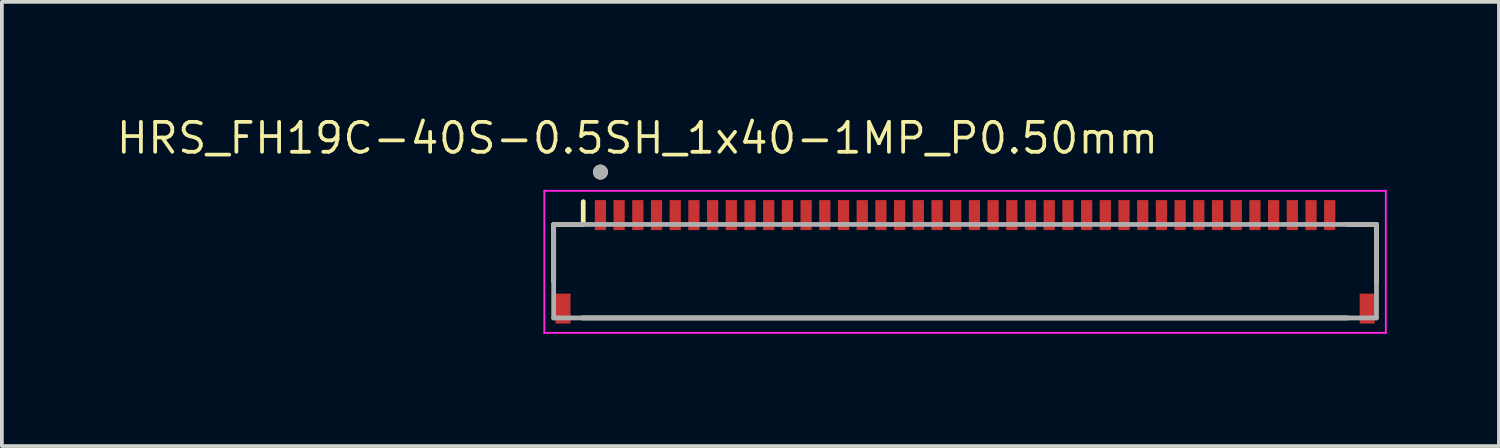
<source format=kicad_pcb>
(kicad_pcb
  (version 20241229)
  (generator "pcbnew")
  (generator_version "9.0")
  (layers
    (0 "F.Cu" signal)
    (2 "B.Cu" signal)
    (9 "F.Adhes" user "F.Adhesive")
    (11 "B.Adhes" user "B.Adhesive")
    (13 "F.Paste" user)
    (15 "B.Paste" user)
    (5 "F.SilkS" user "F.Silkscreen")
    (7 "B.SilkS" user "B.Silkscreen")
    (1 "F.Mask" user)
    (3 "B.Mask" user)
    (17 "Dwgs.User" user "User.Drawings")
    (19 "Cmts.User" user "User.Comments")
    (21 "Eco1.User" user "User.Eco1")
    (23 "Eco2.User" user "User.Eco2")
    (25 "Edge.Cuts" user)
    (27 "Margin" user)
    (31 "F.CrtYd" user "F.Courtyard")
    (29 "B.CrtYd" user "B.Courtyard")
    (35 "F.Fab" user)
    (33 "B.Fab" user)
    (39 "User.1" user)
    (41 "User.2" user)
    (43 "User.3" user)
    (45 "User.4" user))
  (footprint "HRS_FH19C-40S-0.5SH_1x40-1MP_P0.50mm"
    (layer "F.Cu")
    (at 22.754 3.951)
    (property "Reference" "HRS_FH19C-40S-0.5SH_1x40-1MP_P0.50mm" (at -8.76 -3.308 0) (layer "F.SilkS") (effects (font (size 0.8 0.8) (thickness 0.1))))
    (attr through_hole)
    (fp_line (start -11 -1) (end -11 0.53) (stroke (width 0.127) (type solid)) (layer "F.SilkS"))
    (fp_line (start -10.23 1.5) (end 10.23 1.5) (stroke (width 0.127) (type solid)) (layer "F.SilkS"))
    (fp_line (start -10.21 -1) (end -11 -1) (stroke (width 0.127) (type solid)) (layer "F.SilkS"))
    (fp_line (start -10.21 -1) (end -10.21 -1.61) (stroke (width 0.127) (type solid)) (layer "F.SilkS"))
    (fp_line (start 10.21 -1) (end 11 -1) (stroke (width 0.127) (type solid)) (layer "F.SilkS"))
    (fp_line (start 11 -1) (end 11 0.53) (stroke (width 0.127) (type solid)) (layer "F.SilkS"))
    (fp_circle (center -9.75 -2.4) (end -9.65 -2.4) (stroke (width 0.2) (type solid)) (fill no) (layer "F.SilkS"))
    (fp_poly (pts (xy -9.875 -1.65) (xy -9.625 -1.65) (xy -9.625 -0.85) (xy -9.875 -0.85)) (stroke (width 0.01) (type solid)) (fill yes) (layer "F.Paste"))
    (fp_poly (pts (xy -9.375 -1.65) (xy -9.125 -1.65) (xy -9.125 -0.85) (xy -9.375 -0.85)) (stroke (width 0.01) (type solid)) (fill yes) (layer "F.Paste"))
    (fp_poly (pts (xy -8.875 -1.65) (xy -8.625 -1.65) (xy -8.625 -0.85) (xy -8.875 -0.85)) (stroke (width 0.01) (type solid)) (fill yes) (layer "F.Paste"))
    (fp_poly (pts (xy -8.375 -1.65) (xy -8.125 -1.65) (xy -8.125 -0.85) (xy -8.375 -0.85)) (stroke (width 0.01) (type solid)) (fill yes) (layer "F.Paste"))
    (fp_poly (pts (xy -7.875 -1.65) (xy -7.625 -1.65) (xy -7.625 -0.85) (xy -7.875 -0.85)) (stroke (width 0.01) (type solid)) (fill yes) (layer "F.Paste"))
    (fp_poly (pts (xy -7.375 -1.65) (xy -7.125 -1.65) (xy -7.125 -0.85) (xy -7.375 -0.85)) (stroke (width 0.01) (type solid)) (fill yes) (layer "F.Paste"))
    (fp_poly (pts (xy -6.875 -1.65) (xy -6.625 -1.65) (xy -6.625 -0.85) (xy -6.875 -0.85)) (stroke (width 0.01) (type solid)) (fill yes) (layer "F.Paste"))
    (fp_poly (pts (xy -6.375 -1.65) (xy -6.125 -1.65) (xy -6.125 -0.85) (xy -6.375 -0.85)) (stroke (width 0.01) (type solid)) (fill yes) (layer "F.Paste"))
    (fp_poly (pts (xy -5.875 -1.65) (xy -5.625 -1.65) (xy -5.625 -0.85) (xy -5.875 -0.85)) (stroke (width 0.01) (type solid)) (fill yes) (layer "F.Paste"))
    (fp_poly (pts (xy -5.375 -1.65) (xy -5.125 -1.65) (xy -5.125 -0.85) (xy -5.375 -0.85)) (stroke (width 0.01) (type solid)) (fill yes) (layer "F.Paste"))
    (fp_poly (pts (xy -4.875 -1.65) (xy -4.625 -1.65) (xy -4.625 -0.85) (xy -4.875 -0.85)) (stroke (width 0.01) (type solid)) (fill yes) (layer "F.Paste"))
    (fp_poly (pts (xy -4.375 -1.65) (xy -4.125 -1.65) (xy -4.125 -0.85) (xy -4.375 -0.85)) (stroke (width 0.01) (type solid)) (fill yes) (layer "F.Paste"))
    (fp_poly (pts (xy -3.875 -1.65) (xy -3.625 -1.65) (xy -3.625 -0.85) (xy -3.875 -0.85)) (stroke (width 0.01) (type solid)) (fill yes) (layer "F.Paste"))
    (fp_poly (pts (xy -3.375 -1.65) (xy -3.125 -1.65) (xy -3.125 -0.85) (xy -3.375 -0.85)) (stroke (width 0.01) (type solid)) (fill yes) (layer "F.Paste"))
    (fp_poly (pts (xy -2.875 -1.65) (xy -2.625 -1.65) (xy -2.625 -0.85) (xy -2.875 -0.85)) (stroke (width 0.01) (type solid)) (fill yes) (layer "F.Paste"))
    (fp_poly (pts (xy -2.375 -1.65) (xy -2.125 -1.65) (xy -2.125 -0.85) (xy -2.375 -0.85)) (stroke (width 0.01) (type solid)) (fill yes) (layer "F.Paste"))
    (fp_poly (pts (xy -1.875 -1.65) (xy -1.625 -1.65) (xy -1.625 -0.85) (xy -1.875 -0.85)) (stroke (width 0.01) (type solid)) (fill yes) (layer "F.Paste"))
    (fp_poly (pts (xy -1.375 -1.65) (xy -1.125 -1.65) (xy -1.125 -0.85) (xy -1.375 -0.85)) (stroke (width 0.01) (type solid)) (fill yes) (layer "F.Paste"))
    (fp_poly (pts (xy -0.875 -1.65) (xy -0.625 -1.65) (xy -0.625 -0.85) (xy -0.875 -0.85)) (stroke (width 0.01) (type solid)) (fill yes) (layer "F.Paste"))
    (fp_poly (pts (xy -0.375 -1.65) (xy -0.125 -1.65) (xy -0.125 -0.85) (xy -0.375 -0.85)) (stroke (width 0.01) (type solid)) (fill yes) (layer "F.Paste"))
    (fp_poly (pts (xy 0.125 -1.65) (xy 0.375 -1.65) (xy 0.375 -0.85) (xy 0.125 -0.85)) (stroke (width 0.01) (type solid)) (fill yes) (layer "F.Paste"))
    (fp_poly (pts (xy 0.625 -1.65) (xy 0.875 -1.65) (xy 0.875 -0.85) (xy 0.625 -0.85)) (stroke (width 0.01) (type solid)) (fill yes) (layer "F.Paste"))
    (fp_poly (pts (xy 1.125 -1.65) (xy 1.375 -1.65) (xy 1.375 -0.85) (xy 1.125 -0.85)) (stroke (width 0.01) (type solid)) (fill yes) (layer "F.Paste"))
    (fp_poly (pts (xy 1.625 -1.65) (xy 1.875 -1.65) (xy 1.875 -0.85) (xy 1.625 -0.85)) (stroke (width 0.01) (type solid)) (fill yes) (layer "F.Paste"))
    (fp_poly (pts (xy 2.125 -1.65) (xy 2.375 -1.65) (xy 2.375 -0.85) (xy 2.125 -0.85)) (stroke (width 0.01) (type solid)) (fill yes) (layer "F.Paste"))
    (fp_poly (pts (xy 2.625 -1.65) (xy 2.875 -1.65) (xy 2.875 -0.85) (xy 2.625 -0.85)) (stroke (width 0.01) (type solid)) (fill yes) (layer "F.Paste"))
    (fp_poly (pts (xy 3.125 -1.65) (xy 3.375 -1.65) (xy 3.375 -0.85) (xy 3.125 -0.85)) (stroke (width 0.01) (type solid)) (fill yes) (layer "F.Paste"))
    (fp_poly (pts (xy 3.625 -1.65) (xy 3.875 -1.65) (xy 3.875 -0.85) (xy 3.625 -0.85)) (stroke (width 0.01) (type solid)) (fill yes) (layer "F.Paste"))
    (fp_poly (pts (xy 4.125 -1.65) (xy 4.375 -1.65) (xy 4.375 -0.85) (xy 4.125 -0.85)) (stroke (width 0.01) (type solid)) (fill yes) (layer "F.Paste"))
    (fp_poly (pts (xy 4.625 -1.65) (xy 4.875 -1.65) (xy 4.875 -0.85) (xy 4.625 -0.85)) (stroke (width 0.01) (type solid)) (fill yes) (layer "F.Paste"))
    (fp_poly (pts (xy 5.125 -1.65) (xy 5.375 -1.65) (xy 5.375 -0.85) (xy 5.125 -0.85)) (stroke (width 0.01) (type solid)) (fill yes) (layer "F.Paste"))
    (fp_poly (pts (xy 5.625 -1.65) (xy 5.875 -1.65) (xy 5.875 -0.85) (xy 5.625 -0.85)) (stroke (width 0.01) (type solid)) (fill yes) (layer "F.Paste"))
    (fp_poly (pts (xy 6.125 -1.65) (xy 6.375 -1.65) (xy 6.375 -0.85) (xy 6.125 -0.85)) (stroke (width 0.01) (type solid)) (fill yes) (layer "F.Paste"))
    (fp_poly (pts (xy 6.625 -1.65) (xy 6.875 -1.65) (xy 6.875 -0.85) (xy 6.625 -0.85)) (stroke (width 0.01) (type solid)) (fill yes) (layer "F.Paste"))
    (fp_poly (pts (xy 7.125 -1.65) (xy 7.375 -1.65) (xy 7.375 -0.85) (xy 7.125 -0.85)) (stroke (width 0.01) (type solid)) (fill yes) (layer "F.Paste"))
    (fp_poly (pts (xy 7.625 -1.65) (xy 7.875 -1.65) (xy 7.875 -0.85) (xy 7.625 -0.85)) (stroke (width 0.01) (type solid)) (fill yes) (layer "F.Paste"))
    (fp_poly (pts (xy 8.125 -1.65) (xy 8.375 -1.65) (xy 8.375 -0.85) (xy 8.125 -0.85)) (stroke (width 0.01) (type solid)) (fill yes) (layer "F.Paste"))
    (fp_poly (pts (xy 8.625 -1.65) (xy 8.875 -1.65) (xy 8.875 -0.85) (xy 8.625 -0.85)) (stroke (width 0.01) (type solid)) (fill yes) (layer "F.Paste"))
    (fp_poly (pts (xy 9.125 -1.65) (xy 9.375 -1.65) (xy 9.375 -0.85) (xy 9.125 -0.85)) (stroke (width 0.01) (type solid)) (fill yes) (layer "F.Paste"))
    (fp_poly (pts (xy 9.625 -1.65) (xy 9.875 -1.65) (xy 9.875 -0.85) (xy 9.625 -0.85)) (stroke (width 0.01) (type solid)) (fill yes) (layer "F.Paste"))
    (fp_line (start -11.25 -1.9) (end 11.25 -1.9) (stroke (width 0.05) (type solid)) (layer "F.CrtYd"))
    (fp_line (start -11.25 1.9) (end -11.25 -1.9) (stroke (width 0.05) (type solid)) (layer "F.CrtYd"))
    (fp_line (start 11.25 -1.9) (end 11.25 1.9) (stroke (width 0.05) (type solid)) (layer "F.CrtYd"))
    (fp_line (start 11.25 1.9) (end -11.25 1.9) (stroke (width 0.05) (type solid)) (layer "F.CrtYd"))
    (fp_line (start -11 -1) (end 11 -1) (stroke (width 0.127) (type solid)) (layer "F.Fab"))
    (fp_line (start -11 1.5) (end -11 -1) (stroke (width 0.127) (type solid)) (layer "F.Fab"))
    (fp_line (start 11 -1) (end 11 1.5) (stroke (width 0.127) (type solid)) (layer "F.Fab"))
    (fp_line (start 11 1.5) (end -11 1.5) (stroke (width 0.127) (type solid)) (layer "F.Fab"))
    (fp_circle (center -9.75 -2.4) (end -9.65 -2.4) (stroke (width 0.2) (type solid)) (fill no) (layer "F.Fab"))
    (pad "1" smd rect (at -9.75 -1.25) (size 0.3 0.8) (layers "F.Cu" "F.Mask"))
    (pad "2" smd rect (at -9.25 -1.25) (size 0.3 0.8) (layers "F.Cu" "F.Mask"))
    (pad "3" smd rect (at -8.75 -1.25) (size 0.3 0.8) (layers "F.Cu" "F.Mask"))
    (pad "4" smd rect (at -8.25 -1.25) (size 0.3 0.8) (layers "F.Cu" "F.Mask"))
    (pad "5" smd rect (at -7.75 -1.25) (size 0.3 0.8) (layers "F.Cu" "F.Mask"))
    (pad "6" smd rect (at -7.25 -1.25) (size 0.3 0.8) (layers "F.Cu" "F.Mask"))
    (pad "7" smd rect (at -6.75 -1.25) (size 0.3 0.8) (layers "F.Cu" "F.Mask"))
    (pad "8" smd rect (at -6.25 -1.25) (size 0.3 0.8) (layers "F.Cu" "F.Mask"))
    (pad "9" smd rect (at -5.75 -1.25) (size 0.3 0.8) (layers "F.Cu" "F.Mask"))
    (pad "10" smd rect (at -5.25 -1.25) (size 0.3 0.8) (layers "F.Cu" "F.Mask"))
    (pad "11" smd rect (at -4.75 -1.25) (size 0.3 0.8) (layers "F.Cu" "F.Mask"))
    (pad "12" smd rect (at -4.25 -1.25) (size 0.3 0.8) (layers "F.Cu" "F.Mask"))
    (pad "13" smd rect (at -3.75 -1.25) (size 0.3 0.8) (layers "F.Cu" "F.Mask"))
    (pad "14" smd rect (at -3.25 -1.25) (size 0.3 0.8) (layers "F.Cu" "F.Mask"))
    (pad "15" smd rect (at -2.75 -1.25) (size 0.3 0.8) (layers "F.Cu" "F.Mask"))
    (pad "16" smd rect (at -2.25 -1.25) (size 0.3 0.8) (layers "F.Cu" "F.Mask"))
    (pad "17" smd rect (at -1.75 -1.25) (size 0.3 0.8) (layers "F.Cu" "F.Mask"))
    (pad "18" smd rect (at -1.25 -1.25) (size 0.3 0.8) (layers "F.Cu" "F.Mask"))
    (pad "19" smd rect (at -0.75 -1.25) (size 0.3 0.8) (layers "F.Cu" "F.Mask"))
    (pad "20" smd rect (at -0.25 -1.25) (size 0.3 0.8) (layers "F.Cu" "F.Mask"))
    (pad "21" smd rect (at 0.25 -1.25) (size 0.3 0.8) (layers "F.Cu" "F.Mask"))
    (pad "22" smd rect (at 0.75 -1.25) (size 0.3 0.8) (layers "F.Cu" "F.Mask"))
    (pad "23" smd rect (at 1.25 -1.25) (size 0.3 0.8) (layers "F.Cu" "F.Mask"))
    (pad "24" smd rect (at 1.75 -1.25) (size 0.3 0.8) (layers "F.Cu" "F.Mask"))
    (pad "25" smd rect (at 2.25 -1.25) (size 0.3 0.8) (layers "F.Cu" "F.Mask"))
    (pad "26" smd rect (at 2.75 -1.25) (size 0.3 0.8) (layers "F.Cu" "F.Mask"))
    (pad "27" smd rect (at 3.25 -1.25) (size 0.3 0.8) (layers "F.Cu" "F.Mask"))
    (pad "28" smd rect (at 3.75 -1.25) (size 0.3 0.8) (layers "F.Cu" "F.Mask"))
    (pad "29" smd rect (at 4.25 -1.25) (size 0.3 0.8) (layers "F.Cu" "F.Mask"))
    (pad "30" smd rect (at 4.75 -1.25) (size 0.3 0.8) (layers "F.Cu" "F.Mask"))
    (pad "31" smd rect (at 5.25 -1.25) (size 0.3 0.8) (layers "F.Cu" "F.Mask"))
    (pad "32" smd rect (at 5.75 -1.25) (size 0.3 0.8) (layers "F.Cu" "F.Mask"))
    (pad "33" smd rect (at 6.25 -1.25) (size 0.3 0.8) (layers "F.Cu" "F.Mask"))
    (pad "34" smd rect (at 6.75 -1.25) (size 0.3 0.8) (layers "F.Cu" "F.Mask"))
    (pad "35" smd rect (at 7.25 -1.25) (size 0.3 0.8) (layers "F.Cu" "F.Mask"))
    (pad "36" smd rect (at 7.75 -1.25) (size 0.3 0.8) (layers "F.Cu" "F.Mask"))
    (pad "37" smd rect (at 8.25 -1.25) (size 0.3 0.8) (layers "F.Cu" "F.Mask"))
    (pad "38" smd rect (at 8.75 -1.25) (size 0.3 0.8) (layers "F.Cu" "F.Mask"))
    (pad "39" smd rect (at 9.25 -1.25) (size 0.3 0.8) (layers "F.Cu" "F.Mask"))
    (pad "40" smd rect (at 9.75 -1.25) (size 0.3 0.8) (layers "F.Cu" "F.Mask"))
    (pad "MP" smd rect (at -10.75 1.25) (size 0.4 0.8) (layers "F.Cu" "F.Mask" "F.Paste"))
    (pad "MP" smd rect (at 10.75 1.25) (size 0.4 0.8) (layers "F.Cu" "F.Mask" "F.Paste")))
  (gr_rect
    (start -3 -3)
    (end 37.029 8.877)
    (stroke (width 0.1) (type default))
    (fill no)
    (layer "Edge.Cuts")))
</source>
